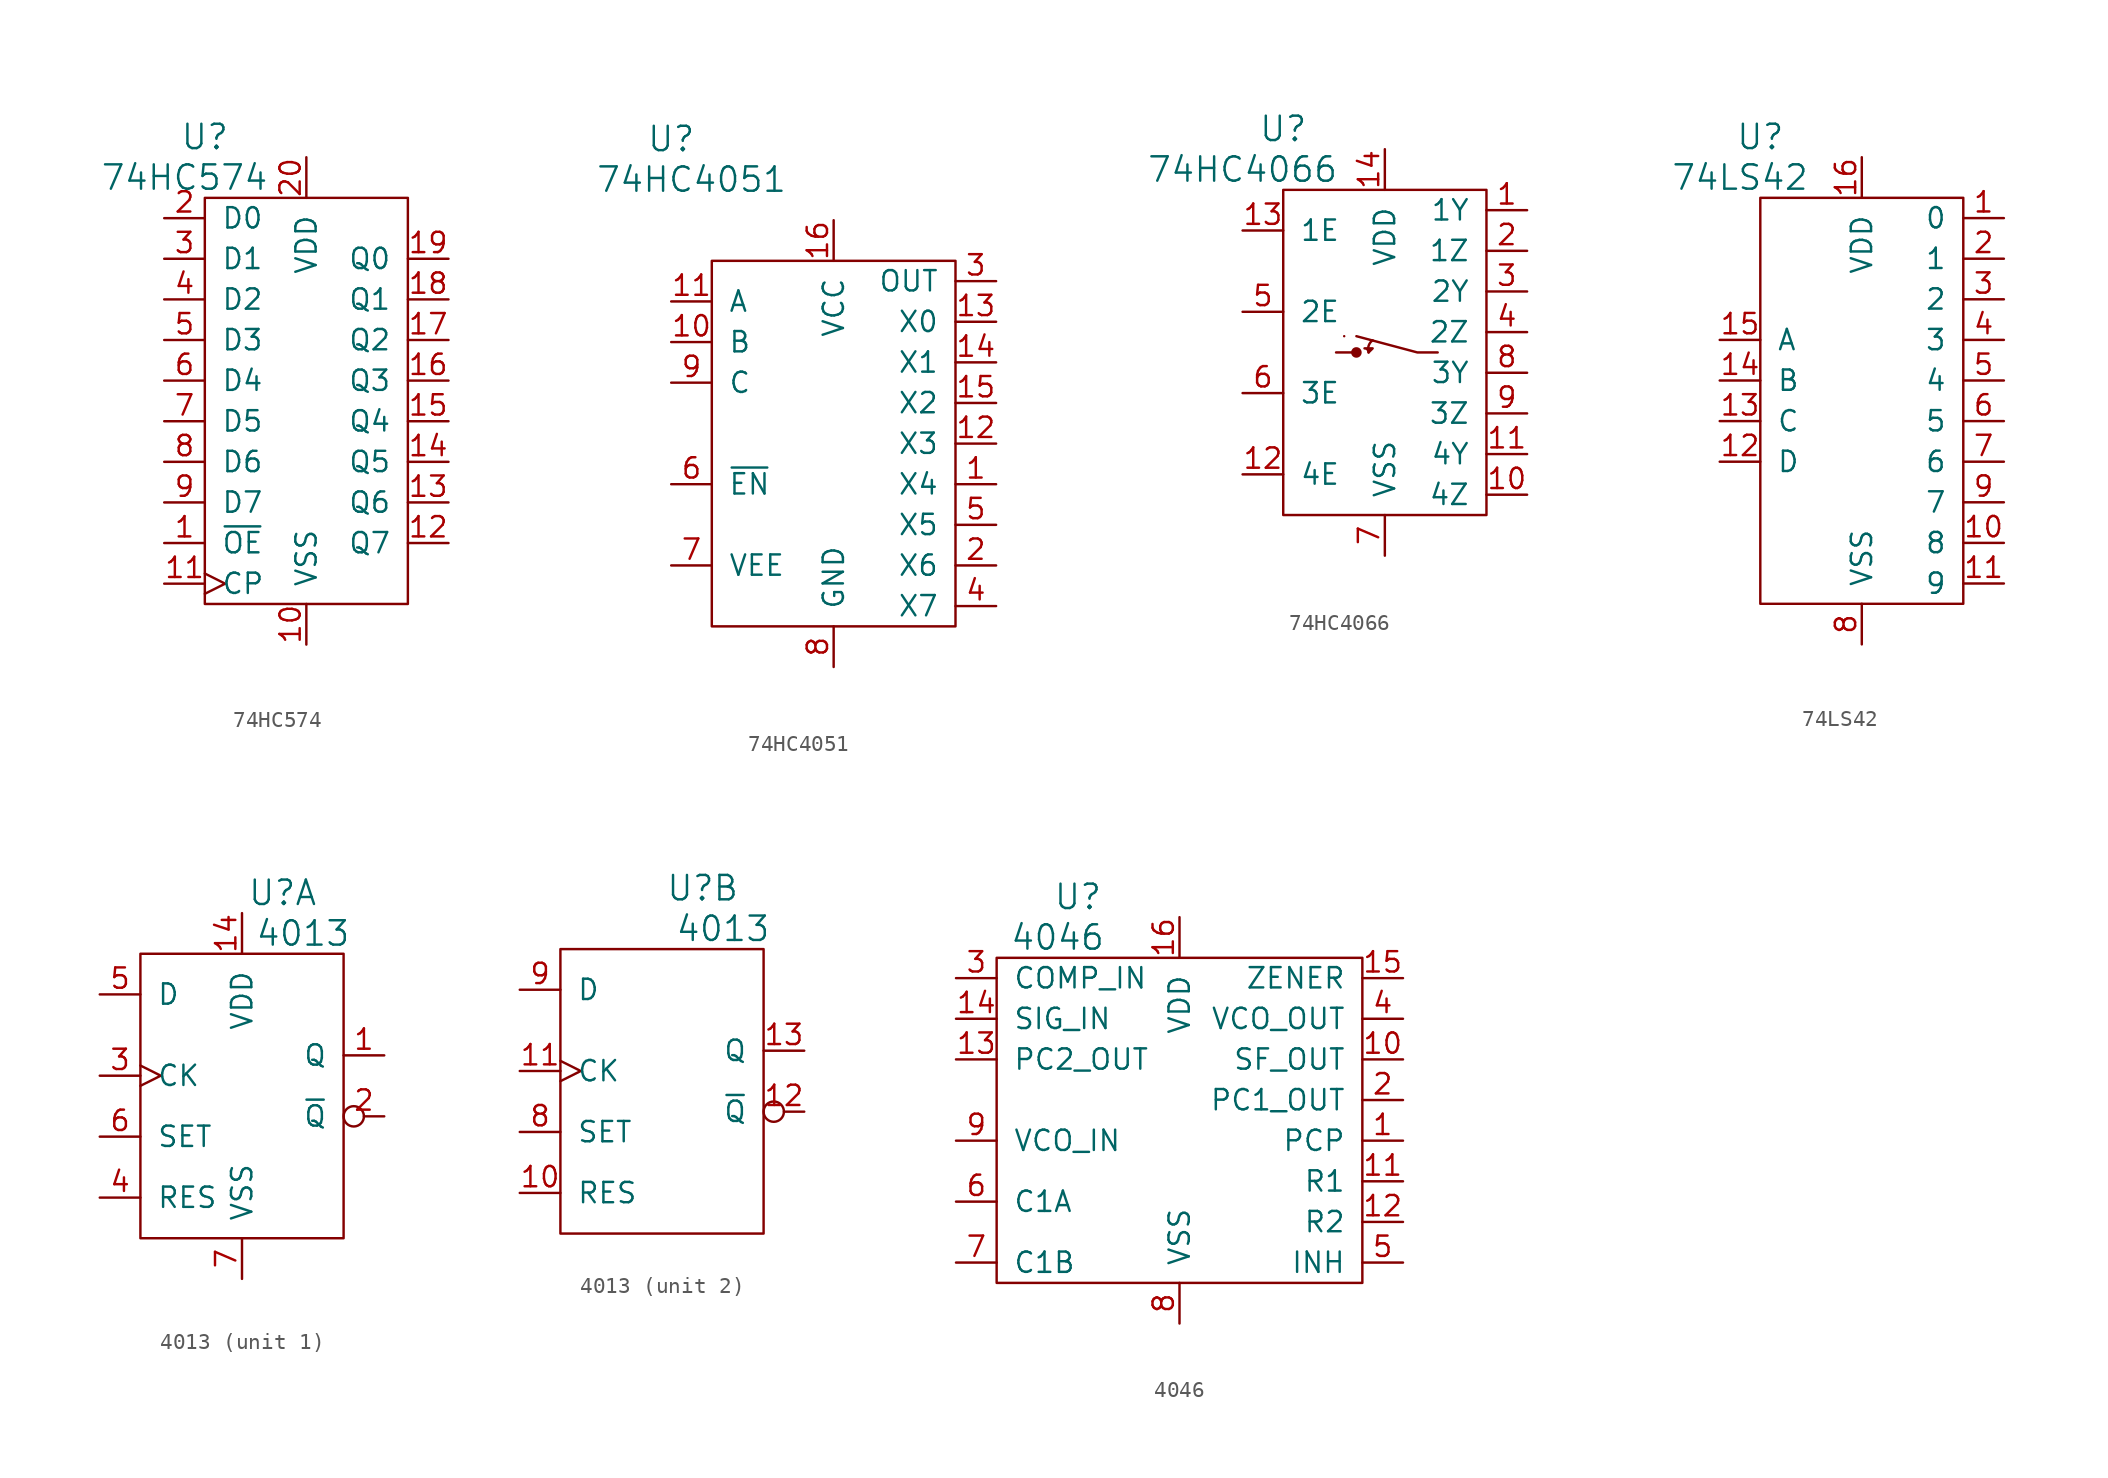
<source format=kicad_sym>
(kicad_symbol_lib
  (version 20220914)
  (generator kicad_symbol_editor)
  (symbol "74HC574"
    (pin_names
      (offset 1.016))
    (property "Reference" "U"
      (at -6.35 16.51 0)
      (effects (font (size 1.524 1.524))))
    (property "Value" "74HC574"
      (at -7.62 13.97 0)
      (effects (font (size 1.524 1.524))))
    (property "Footprint" ""
      (at 0 0 0)
      (effects (font (size 1.524 1.524))))
    (property "Datasheet" ""
      (at 0 0 0)
      (effects (font (size 1.524 1.524))))
    (symbol "74HC574_0_1"
      (rectangle (start 6.35 12.7) (end -6.35 -12.7) (stroke (width 0) (type solid)) (fill (type none))))
    (symbol "74HC574_1_1"
      (pin passive line (at -8.89 -8.89 0) (length 2.54) (name "~{OE}" (effects (font (size 1.27 1.27)))) (number "1" (effects (font (size 1.27 1.27)))))
      (pin passive line (at 0 -15.24 90) (length 2.54) (name "VSS" (effects (font (size 1.27 1.27)))) (number "10" (effects (font (size 1.27 1.27)))))
      (pin passive clock (at -8.89 -11.43 0) (length 2.54) (name "CP" (effects (font (size 1.27 1.27)))) (number "11" (effects (font (size 1.27 1.27)))))
      (pin passive line (at 8.89 -8.89 180) (length 2.54) (name "Q7" (effects (font (size 1.27 1.27)))) (number "12" (effects (font (size 1.27 1.27)))))
      (pin passive line (at 8.89 -6.35 180) (length 2.54) (name "Q6" (effects (font (size 1.27 1.27)))) (number "13" (effects (font (size 1.27 1.27)))))
      (pin passive line (at 8.89 -3.81 180) (length 2.54) (name "Q5" (effects (font (size 1.27 1.27)))) (number "14" (effects (font (size 1.27 1.27)))))
      (pin passive line (at 8.89 -1.27 180) (length 2.54) (name "Q4" (effects (font (size 1.27 1.27)))) (number "15" (effects (font (size 1.27 1.27)))))
      (pin passive line (at 8.89 1.27 180) (length 2.54) (name "Q3" (effects (font (size 1.27 1.27)))) (number "16" (effects (font (size 1.27 1.27)))))
      (pin passive line (at 8.89 3.81 180) (length 2.54) (name "Q2" (effects (font (size 1.27 1.27)))) (number "17" (effects (font (size 1.27 1.27)))))
      (pin passive line (at 8.89 6.35 180) (length 2.54) (name "Q1" (effects (font (size 1.27 1.27)))) (number "18" (effects (font (size 1.27 1.27)))))
      (pin passive line (at 8.89 8.89 180) (length 2.54) (name "Q0" (effects (font (size 1.27 1.27)))) (number "19" (effects (font (size 1.27 1.27)))))
      (pin passive line (at -8.89 11.43 0) (length 2.54) (name "D0" (effects (font (size 1.27 1.27)))) (number "2" (effects (font (size 1.27 1.27)))))
      (pin passive line (at 0 15.24 270) (length 2.54) (name "VDD" (effects (font (size 1.27 1.27)))) (number "20" (effects (font (size 1.27 1.27)))))
      (pin passive line (at -8.89 8.89 0) (length 2.54) (name "D1" (effects (font (size 1.27 1.27)))) (number "3" (effects (font (size 1.27 1.27)))))
      (pin passive line (at -8.89 6.35 0) (length 2.54) (name "D2" (effects (font (size 1.27 1.27)))) (number "4" (effects (font (size 1.27 1.27)))))
      (pin passive line (at -8.89 3.81 0) (length 2.54) (name "D3" (effects (font (size 1.27 1.27)))) (number "5" (effects (font (size 1.27 1.27)))))
      (pin passive line (at -8.89 1.27 0) (length 2.54) (name "D4" (effects (font (size 1.27 1.27)))) (number "6" (effects (font (size 1.27 1.27)))))
      (pin passive line (at -8.89 -1.27 0) (length 2.54) (name "D5" (effects (font (size 1.27 1.27)))) (number "7" (effects (font (size 1.27 1.27)))))
      (pin passive line (at -8.89 -3.81 0) (length 2.54) (name "D6" (effects (font (size 1.27 1.27)))) (number "8" (effects (font (size 1.27 1.27)))))
      (pin passive line (at -8.89 -6.35 0) (length 2.54) (name "D7" (effects (font (size 1.27 1.27)))) (number "9" (effects (font (size 1.27 1.27)))))))
  (symbol "74HC4051"
    (pin_names
      (offset 1.016))
    (property "Reference" "U"
      (at -10.16 19.05 0)
      (effects (font (size 1.524 1.524))))
    (property "Value" "74HC4051"
      (at -8.89 16.51 0)
      (effects (font (size 1.524 1.524))))
    (property "Footprint" ""
      (at 0 0 0)
      (effects (font (size 1.524 1.524))))
    (property "Datasheet" ""
      (at 0 0 0)
      (effects (font (size 1.524 1.524))))
    (symbol "74HC4051_0_1"
      (rectangle (start 7.62 11.43) (end -7.62 -11.43) (stroke (width 0) (type solid)) (fill (type none))))
    (symbol "74HC4051_1_1"
      (pin passive line (at 10.16 -2.54 180) (length 2.54) (name "X4" (effects (font (size 1.27 1.27)))) (number "1" (effects (font (size 1.27 1.27)))))
      (pin passive line (at -10.16 6.35 0) (length 2.54) (name "B" (effects (font (size 1.27 1.27)))) (number "10" (effects (font (size 1.27 1.27)))))
      (pin passive line (at -10.16 8.89 0) (length 2.54) (name "A" (effects (font (size 1.27 1.27)))) (number "11" (effects (font (size 1.27 1.27)))))
      (pin passive line (at 10.16 0 180) (length 2.54) (name "X3" (effects (font (size 1.27 1.27)))) (number "12" (effects (font (size 1.27 1.27)))))
      (pin passive line (at 10.16 7.62 180) (length 2.54) (name "X0" (effects (font (size 1.27 1.27)))) (number "13" (effects (font (size 1.27 1.27)))))
      (pin passive line (at 10.16 5.08 180) (length 2.54) (name "X1" (effects (font (size 1.27 1.27)))) (number "14" (effects (font (size 1.27 1.27)))))
      (pin passive line (at 10.16 2.54 180) (length 2.54) (name "X2" (effects (font (size 1.27 1.27)))) (number "15" (effects (font (size 1.27 1.27)))))
      (pin passive line (at 0 13.97 270) (length 2.54) (name "VCC" (effects (font (size 1.27 1.27)))) (number "16" (effects (font (size 1.27 1.27)))))
      (pin passive line (at 10.16 -7.62 180) (length 2.54) (name "X6" (effects (font (size 1.27 1.27)))) (number "2" (effects (font (size 1.27 1.27)))))
      (pin passive line (at 10.16 10.16 180) (length 2.54) (name "OUT" (effects (font (size 1.27 1.27)))) (number "3" (effects (font (size 1.27 1.27)))))
      (pin passive line (at 10.16 -10.16 180) (length 2.54) (name "X7" (effects (font (size 1.27 1.27)))) (number "4" (effects (font (size 1.27 1.27)))))
      (pin passive line (at 10.16 -5.08 180) (length 2.54) (name "X5" (effects (font (size 1.27 1.27)))) (number "5" (effects (font (size 1.27 1.27)))))
      (pin passive line (at -10.16 -2.54 0) (length 2.54) (name "~{EN}" (effects (font (size 1.27 1.27)))) (number "6" (effects (font (size 1.27 1.27)))))
      (pin passive line (at -10.16 -7.62 0) (length 2.54) (name "VEE" (effects (font (size 1.27 1.27)))) (number "7" (effects (font (size 1.27 1.27)))))
      (pin passive line (at 0 -13.97 90) (length 2.54) (name "GND" (effects (font (size 1.27 1.27)))) (number "8" (effects (font (size 1.27 1.27)))))
      (pin passive line (at -10.16 3.81 0) (length 2.54) (name "C" (effects (font (size 1.27 1.27)))) (number "9" (effects (font (size 1.27 1.27)))))))
  (symbol "74HC4066"
    (pin_names
      (offset 1.016))
    (property "Reference" "U"
      (at -6.35 13.97 0)
      (effects (font (size 1.524 1.524))))
    (property "Value" "74HC4066"
      (at -8.89 11.43 0)
      (effects (font (size 1.524 1.524))))
    (property "Footprint" ""
      (at 0 0 0)
      (effects (font (size 1.524 1.524))))
    (property "Datasheet" ""
      (at 0 0 0)
      (effects (font (size 1.524 1.524))))
    (symbol "74HC4066_0_1"
      (circle (center -1.778 0) (radius 0.254) (stroke (width 0) (type solid)) (fill (type outline)))
      (arc (start -0.762 0.762) (mid -1.0111 0.4217) (end -1.016 0) (stroke (width 0) (type solid)) (fill (type none)))
      (polyline (pts (xy -2.54 1.016) (xy -2.54 1.016)) (stroke (width 0) (type solid)) (fill (type none)))
      (polyline (pts (xy -3.048 0) (xy -1.778 0) (xy -1.778 0)) (stroke (width 0) (type solid)) (fill (type none)))
      (polyline (pts (xy -1.778 1.016) (xy 2.032 0) (xy 3.302 0) (xy 3.302 0)) (stroke (width 0) (type solid)) (fill (type none)))
      (polyline (pts (xy -1.016 0) (xy -0.762 0.254) (xy -1.27 0.254) (xy -1.27 0.254)) (stroke (width 0) (type solid)) (fill (type outline)))
      (rectangle (start 6.35 -10.16) (end -6.35 10.16) (stroke (width 0) (type solid)) (fill (type none))))
    (symbol "74HC4066_1_1"
      (pin passive line (at 8.89 8.89 180) (length 2.54) (name "1Y" (effects (font (size 1.27 1.27)))) (number "1" (effects (font (size 1.27 1.27)))))
      (pin passive line (at 8.89 -8.89 180) (length 2.54) (name "4Z" (effects (font (size 1.27 1.27)))) (number "10" (effects (font (size 1.27 1.27)))))
      (pin passive line (at 8.89 -6.35 180) (length 2.54) (name "4Y" (effects (font (size 1.27 1.27)))) (number "11" (effects (font (size 1.27 1.27)))))
      (pin passive line (at -8.89 -7.62 0) (length 2.54) (name "4E" (effects (font (size 1.27 1.27)))) (number "12" (effects (font (size 1.27 1.27)))))
      (pin passive line (at -8.89 7.62 0) (length 2.54) (name "1E" (effects (font (size 1.27 1.27)))) (number "13" (effects (font (size 1.27 1.27)))))
      (pin passive line (at 0 12.7 270) (length 2.54) (name "VDD" (effects (font (size 1.27 1.27)))) (number "14" (effects (font (size 1.27 1.27)))))
      (pin passive line (at 8.89 6.35 180) (length 2.54) (name "1Z" (effects (font (size 1.27 1.27)))) (number "2" (effects (font (size 1.27 1.27)))))
      (pin passive line (at 8.89 3.81 180) (length 2.54) (name "2Y" (effects (font (size 1.27 1.27)))) (number "3" (effects (font (size 1.27 1.27)))))
      (pin passive line (at 8.89 1.27 180) (length 2.54) (name "2Z" (effects (font (size 1.27 1.27)))) (number "4" (effects (font (size 1.27 1.27)))))
      (pin passive line (at -8.89 2.54 0) (length 2.54) (name "2E" (effects (font (size 1.27 1.27)))) (number "5" (effects (font (size 1.27 1.27)))))
      (pin passive line (at -8.89 -2.54 0) (length 2.54) (name "3E" (effects (font (size 1.27 1.27)))) (number "6" (effects (font (size 1.27 1.27)))))
      (pin passive line (at 0 -12.7 90) (length 2.54) (name "VSS" (effects (font (size 1.27 1.27)))) (number "7" (effects (font (size 1.27 1.27)))))
      (pin passive line (at 8.89 -1.27 180) (length 2.54) (name "3Y" (effects (font (size 1.27 1.27)))) (number "8" (effects (font (size 1.27 1.27)))))
      (pin passive line (at 8.89 -3.81 180) (length 2.54) (name "3Z" (effects (font (size 1.27 1.27)))) (number "9" (effects (font (size 1.27 1.27)))))))
  (symbol "74LS42"
    (pin_names
      (offset 1.016))
    (property "Reference" "U"
      (at -6.35 16.51 0)
      (effects (font (size 1.524 1.524))))
    (property "Value" "74LS42"
      (at -7.62 13.97 0)
      (effects (font (size 1.524 1.524))))
    (property "Footprint" ""
      (at 0 0 0)
      (effects (font (size 1.524 1.524))))
    (property "Datasheet" ""
      (at 0 0 0)
      (effects (font (size 1.524 1.524))))
    (symbol "74LS42_0_1"
      (rectangle (start 6.35 12.7) (end -6.35 -12.7) (stroke (width 0) (type solid)) (fill (type none))))
    (symbol "74LS42_1_1"
      (pin passive line (at 8.89 11.43 180) (length 2.54) (name "0" (effects (font (size 1.27 1.27)))) (number "1" (effects (font (size 1.27 1.27)))))
      (pin passive line (at 8.89 -8.89 180) (length 2.54) (name "8" (effects (font (size 1.27 1.27)))) (number "10" (effects (font (size 1.27 1.27)))))
      (pin passive line (at 8.89 -11.43 180) (length 2.54) (name "9" (effects (font (size 1.27 1.27)))) (number "11" (effects (font (size 1.27 1.27)))))
      (pin passive line (at -8.89 -3.81 0) (length 2.54) (name "D" (effects (font (size 1.27 1.27)))) (number "12" (effects (font (size 1.27 1.27)))))
      (pin passive line (at -8.89 -1.27 0) (length 2.54) (name "C" (effects (font (size 1.27 1.27)))) (number "13" (effects (font (size 1.27 1.27)))))
      (pin passive line (at -8.89 1.27 0) (length 2.54) (name "B" (effects (font (size 1.27 1.27)))) (number "14" (effects (font (size 1.27 1.27)))))
      (pin passive line (at -8.89 3.81 0) (length 2.54) (name "A" (effects (font (size 1.27 1.27)))) (number "15" (effects (font (size 1.27 1.27)))))
      (pin passive line (at 0 15.24 270) (length 2.54) (name "VDD" (effects (font (size 1.27 1.27)))) (number "16" (effects (font (size 1.27 1.27)))))
      (pin passive line (at 8.89 8.89 180) (length 2.54) (name "1" (effects (font (size 1.27 1.27)))) (number "2" (effects (font (size 1.27 1.27)))))
      (pin passive line (at 8.89 6.35 180) (length 2.54) (name "2" (effects (font (size 1.27 1.27)))) (number "3" (effects (font (size 1.27 1.27)))))
      (pin passive line (at 8.89 3.81 180) (length 2.54) (name "3" (effects (font (size 1.27 1.27)))) (number "4" (effects (font (size 1.27 1.27)))))
      (pin passive line (at 8.89 1.27 180) (length 2.54) (name "4" (effects (font (size 1.27 1.27)))) (number "5" (effects (font (size 1.27 1.27)))))
      (pin passive line (at 8.89 -1.27 180) (length 2.54) (name "5" (effects (font (size 1.27 1.27)))) (number "6" (effects (font (size 1.27 1.27)))))
      (pin passive line (at 8.89 -3.81 180) (length 2.54) (name "6" (effects (font (size 1.27 1.27)))) (number "7" (effects (font (size 1.27 1.27)))))
      (pin passive line (at 0 -15.24 90) (length 2.54) (name "VSS" (effects (font (size 1.27 1.27)))) (number "8" (effects (font (size 1.27 1.27)))))
      (pin passive line (at 8.89 -6.35 180) (length 2.54) (name "7" (effects (font (size 1.27 1.27)))) (number "9" (effects (font (size 1.27 1.27)))))))
  (symbol "4013"
    (pin_names
      (offset 1.016))
    (property "Reference" "U"
      (at 2.54 12.7 0)
      (effects (font (size 1.524 1.524))))
    (property "Value" "4013"
      (at 3.81 10.16 0)
      (effects (font (size 1.524 1.524))))
    (property "Footprint" ""
      (at 0 0 0)
      (effects (font (size 1.524 1.524))))
    (property "Datasheet" ""
      (at 0 0 0)
      (effects (font (size 1.524 1.524))))
    (symbol "4013_0_1"
      (rectangle (start 6.35 8.89) (end -6.35 -8.89) (stroke (width 0) (type solid)) (fill (type none))))
    (symbol "4013_1_1"
      (pin passive line (at 8.89 2.54 180) (length 2.54) (name "Q" (effects (font (size 1.27 1.27)))) (number "1" (effects (font (size 1.27 1.27)))))
      (pin passive line (at 0 11.43 270) (length 2.54) (name "VDD" (effects (font (size 1.27 1.27)))) (number "14" (effects (font (size 1.27 1.27)))))
      (pin passive inverted (at 8.89 -1.27 180) (length 2.54) (name "~{Q}" (effects (font (size 1.27 1.27)))) (number "2" (effects (font (size 1.27 1.27)))))
      (pin passive clock (at -8.89 1.27 0) (length 2.54) (name "CK" (effects (font (size 1.27 1.27)))) (number "3" (effects (font (size 1.27 1.27)))))
      (pin passive line (at -8.89 -6.35 0) (length 2.54) (name "RES" (effects (font (size 1.27 1.27)))) (number "4" (effects (font (size 1.27 1.27)))))
      (pin passive line (at -8.89 6.35 0) (length 2.54) (name "D" (effects (font (size 1.27 1.27)))) (number "5" (effects (font (size 1.27 1.27)))))
      (pin passive line (at -8.89 -2.54 0) (length 2.54) (name "SET" (effects (font (size 1.27 1.27)))) (number "6" (effects (font (size 1.27 1.27)))))
      (pin passive line (at 0 -11.43 90) (length 2.54) (name "VSS" (effects (font (size 1.27 1.27)))) (number "7" (effects (font (size 1.27 1.27))))))
    (symbol "4013_2_1"
      (pin passive line (at -8.89 -6.35 0) (length 2.54) (name "RES" (effects (font (size 1.27 1.27)))) (number "10" (effects (font (size 1.27 1.27)))))
      (pin passive clock (at -8.89 1.27 0) (length 2.54) (name "CK" (effects (font (size 1.27 1.27)))) (number "11" (effects (font (size 1.27 1.27)))))
      (pin passive inverted (at 8.89 -1.27 180) (length 2.54) (name "~{Q}" (effects (font (size 1.27 1.27)))) (number "12" (effects (font (size 1.27 1.27)))))
      (pin passive line (at 8.89 2.54 180) (length 2.54) (name "Q" (effects (font (size 1.27 1.27)))) (number "13" (effects (font (size 1.27 1.27)))))
      (pin passive line (at -8.89 -2.54 0) (length 2.54) (name "SET" (effects (font (size 1.27 1.27)))) (number "8" (effects (font (size 1.27 1.27)))))
      (pin passive line (at -8.89 6.35 0) (length 2.54) (name "D" (effects (font (size 1.27 1.27)))) (number "9" (effects (font (size 1.27 1.27)))))))
  (symbol "4046"
    (pin_names
      (offset 1.016))
    (property "Reference" "U"
      (at -6.35 13.97 0)
      (effects (font (size 1.524 1.524))))
    (property "Value" "4046"
      (at -7.62 11.43 0)
      (effects (font (size 1.524 1.524))))
    (property "Footprint" ""
      (at 0 0 0)
      (effects (font (size 1.524 1.524))))
    (property "Datasheet" ""
      (at 0 0 0)
      (effects (font (size 1.524 1.524))))
    (symbol "4046_0_1"
      (rectangle (start 11.43 10.16) (end -11.43 -10.16) (stroke (width 0) (type solid)) (fill (type none))))
    (symbol "4046_1_1"
      (pin passive line (at 13.97 -1.27 180) (length 2.54) (name "PCP" (effects (font (size 1.27 1.27)))) (number "1" (effects (font (size 1.27 1.27)))))
      (pin passive line (at 13.97 3.81 180) (length 2.54) (name "SF_OUT" (effects (font (size 1.27 1.27)))) (number "10" (effects (font (size 1.27 1.27)))))
      (pin passive line (at 13.97 -3.81 180) (length 2.54) (name "R1" (effects (font (size 1.27 1.27)))) (number "11" (effects (font (size 1.27 1.27)))))
      (pin passive line (at 13.97 -6.35 180) (length 2.54) (name "R2" (effects (font (size 1.27 1.27)))) (number "12" (effects (font (size 1.27 1.27)))))
      (pin passive line (at -13.97 3.81 0) (length 2.54) (name "PC2_OUT" (effects (font (size 1.27 1.27)))) (number "13" (effects (font (size 1.27 1.27)))))
      (pin passive line (at -13.97 6.35 0) (length 2.54) (name "SIG_IN" (effects (font (size 1.27 1.27)))) (number "14" (effects (font (size 1.27 1.27)))))
      (pin passive line (at 13.97 8.89 180) (length 2.54) (name "ZENER" (effects (font (size 1.27 1.27)))) (number "15" (effects (font (size 1.27 1.27)))))
      (pin passive line (at 0 12.7 270) (length 2.54) (name "VDD" (effects (font (size 1.27 1.27)))) (number "16" (effects (font (size 1.27 1.27)))))
      (pin passive line (at 13.97 1.27 180) (length 2.54) (name "PC1_OUT" (effects (font (size 1.27 1.27)))) (number "2" (effects (font (size 1.27 1.27)))))
      (pin passive line (at -13.97 8.89 0) (length 2.54) (name "COMP_IN" (effects (font (size 1.27 1.27)))) (number "3" (effects (font (size 1.27 1.27)))))
      (pin passive line (at 13.97 6.35 180) (length 2.54) (name "VCO_OUT" (effects (font (size 1.27 1.27)))) (number "4" (effects (font (size 1.27 1.27)))))
      (pin passive line (at 13.97 -8.89 180) (length 2.54) (name "INH" (effects (font (size 1.27 1.27)))) (number "5" (effects (font (size 1.27 1.27)))))
      (pin passive line (at -13.97 -5.08 0) (length 2.54) (name "C1A" (effects (font (size 1.27 1.27)))) (number "6" (effects (font (size 1.27 1.27)))))
      (pin passive line (at -13.97 -8.89 0) (length 2.54) (name "C1B" (effects (font (size 1.27 1.27)))) (number "7" (effects (font (size 1.27 1.27)))))
      (pin passive line (at 0 -12.7 90) (length 2.54) (name "VSS" (effects (font (size 1.27 1.27)))) (number "8" (effects (font (size 1.27 1.27)))))
      (pin passive line (at -13.97 -1.27 0) (length 2.54) (name "VCO_IN" (effects (font (size 1.27 1.27)))) (number "9" (effects (font (size 1.27 1.27))))))))
</source>
